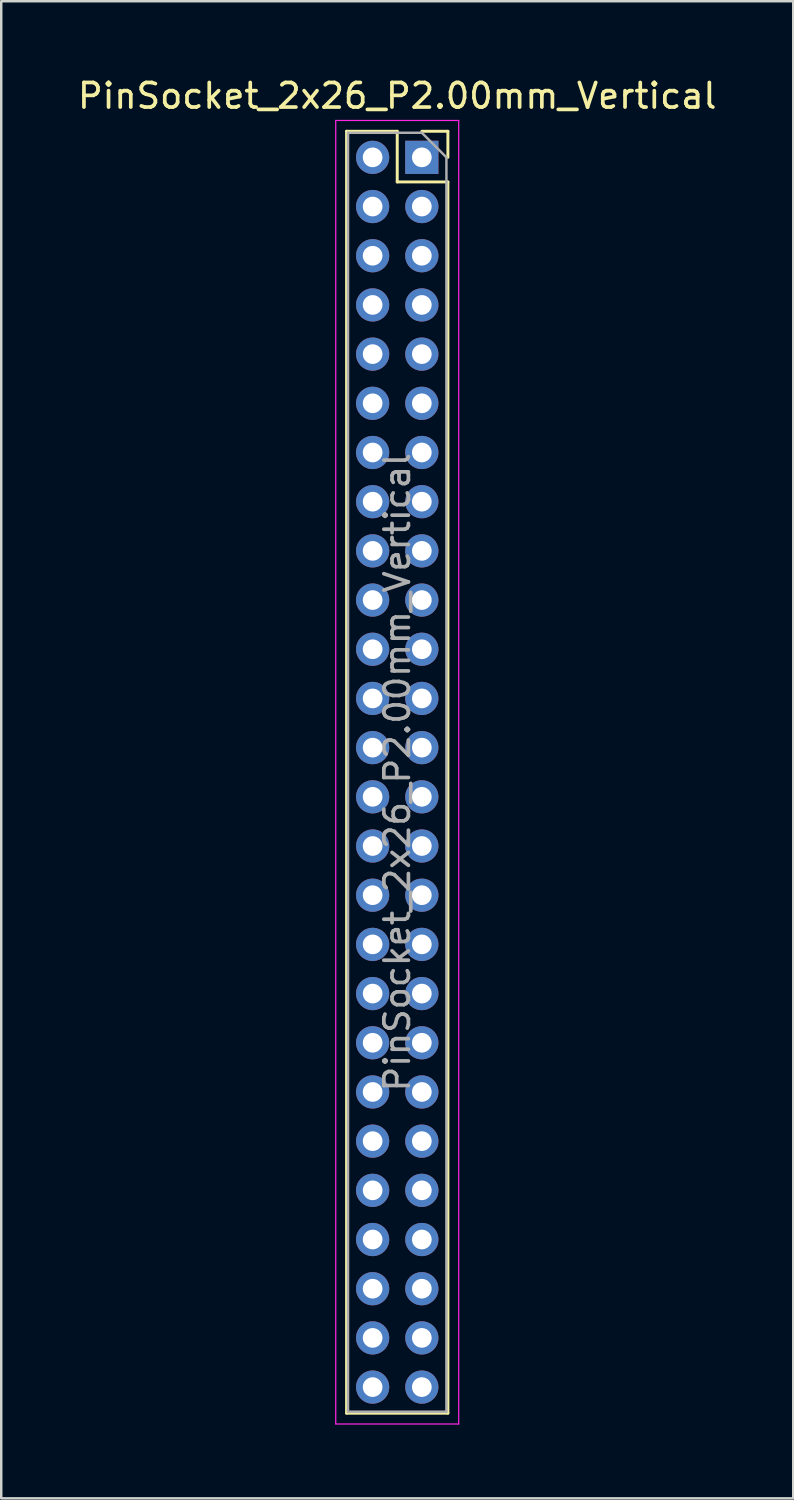
<source format=kicad_pcb>
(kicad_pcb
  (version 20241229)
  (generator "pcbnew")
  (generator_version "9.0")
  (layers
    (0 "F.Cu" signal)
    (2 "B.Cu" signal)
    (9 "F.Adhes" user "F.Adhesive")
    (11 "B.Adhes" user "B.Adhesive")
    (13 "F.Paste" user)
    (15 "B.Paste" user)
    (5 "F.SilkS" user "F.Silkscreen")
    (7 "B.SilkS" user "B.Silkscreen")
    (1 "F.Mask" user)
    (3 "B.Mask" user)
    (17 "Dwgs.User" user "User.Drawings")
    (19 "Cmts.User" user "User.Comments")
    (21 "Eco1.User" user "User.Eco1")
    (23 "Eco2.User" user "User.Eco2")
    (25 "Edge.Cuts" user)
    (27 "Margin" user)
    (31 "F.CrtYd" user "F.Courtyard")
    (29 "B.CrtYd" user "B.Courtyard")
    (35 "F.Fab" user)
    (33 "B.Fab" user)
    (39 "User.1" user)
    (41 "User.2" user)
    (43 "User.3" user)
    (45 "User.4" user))
  (footprint "PinSocket_2x26_P2.00mm_Vertical"
    (layer "F.Cu")
    (at 14.101 3.348)
    (property "Reference" "PinSocket_2x26_P2.00mm_Vertical" (at -1 -2.5 0) (layer "F.SilkS") (effects (font (size 1 1) (thickness 0.15))))
    (attr through_hole)
    (fp_line (start -3.06 -1.06) (end -3.06 51.06) (stroke (width 0.12) (type solid)) (layer "F.SilkS"))
    (fp_line (start -3.06 -1.06) (end -1 -1.06) (stroke (width 0.12) (type solid)) (layer "F.SilkS"))
    (fp_line (start -3.06 51.06) (end 1.06 51.06) (stroke (width 0.12) (type solid)) (layer "F.SilkS"))
    (fp_line (start -1 -1.06) (end -1 1) (stroke (width 0.12) (type solid)) (layer "F.SilkS"))
    (fp_line (start -1 1) (end 1.06 1) (stroke (width 0.12) (type solid)) (layer "F.SilkS"))
    (fp_line (start 0 -1.06) (end 1.06 -1.06) (stroke (width 0.12) (type solid)) (layer "F.SilkS"))
    (fp_line (start 1.06 -1.06) (end 1.06 0) (stroke (width 0.12) (type solid)) (layer "F.SilkS"))
    (fp_line (start 1.06 1) (end 1.06 51.06) (stroke (width 0.12) (type solid)) (layer "F.SilkS"))
    (fp_line (start -3.5 -1.5) (end 1.5 -1.5) (stroke (width 0.05) (type solid)) (layer "F.CrtYd"))
    (fp_line (start -3.5 51.5) (end -3.5 -1.5) (stroke (width 0.05) (type solid)) (layer "F.CrtYd"))
    (fp_line (start 1.5 -1.5) (end 1.5 51.5) (stroke (width 0.05) (type solid)) (layer "F.CrtYd"))
    (fp_line (start 1.5 51.5) (end -3.5 51.5) (stroke (width 0.05) (type solid)) (layer "F.CrtYd"))
    (fp_line (start -3 -1) (end 0 -1) (stroke (width 0.1) (type solid)) (layer "F.Fab"))
    (fp_line (start -3 51) (end -3 -1) (stroke (width 0.1) (type solid)) (layer "F.Fab"))
    (fp_line (start 0 -1) (end 1 0) (stroke (width 0.1) (type solid)) (layer "F.Fab"))
    (fp_line (start 1 0) (end 1 51) (stroke (width 0.1) (type solid)) (layer "F.Fab"))
    (fp_line (start 1 51) (end -3 51) (stroke (width 0.1) (type solid)) (layer "F.Fab"))
    (fp_text user "${REFERENCE}" (at -1 25 90) (layer "F.Fab") (effects (font (size 1 1) (thickness 0.15))))
    (pad "1" thru_hole rect (at 0 0) (size 1.35 1.35) (drill 0.8) (layers "*.Cu" "*.Mask"))
    (pad "2" thru_hole oval (at -2 0) (size 1.35 1.35) (drill 0.8) (layers "*.Cu" "*.Mask"))
    (pad "3" thru_hole oval (at 0 2) (size 1.35 1.35) (drill 0.8) (layers "*.Cu" "*.Mask"))
    (pad "4" thru_hole oval (at -2 2) (size 1.35 1.35) (drill 0.8) (layers "*.Cu" "*.Mask"))
    (pad "5" thru_hole oval (at 0 4) (size 1.35 1.35) (drill 0.8) (layers "*.Cu" "*.Mask"))
    (pad "6" thru_hole oval (at -2 4) (size 1.35 1.35) (drill 0.8) (layers "*.Cu" "*.Mask"))
    (pad "7" thru_hole oval (at 0 6) (size 1.35 1.35) (drill 0.8) (layers "*.Cu" "*.Mask"))
    (pad "8" thru_hole oval (at -2 6) (size 1.35 1.35) (drill 0.8) (layers "*.Cu" "*.Mask"))
    (pad "9" thru_hole oval (at 0 8) (size 1.35 1.35) (drill 0.8) (layers "*.Cu" "*.Mask"))
    (pad "10" thru_hole oval (at -2 8) (size 1.35 1.35) (drill 0.8) (layers "*.Cu" "*.Mask"))
    (pad "11" thru_hole oval (at 0 10) (size 1.35 1.35) (drill 0.8) (layers "*.Cu" "*.Mask"))
    (pad "12" thru_hole oval (at -2 10) (size 1.35 1.35) (drill 0.8) (layers "*.Cu" "*.Mask"))
    (pad "13" thru_hole oval (at 0 12) (size 1.35 1.35) (drill 0.8) (layers "*.Cu" "*.Mask"))
    (pad "14" thru_hole oval (at -2 12) (size 1.35 1.35) (drill 0.8) (layers "*.Cu" "*.Mask"))
    (pad "15" thru_hole oval (at 0 14) (size 1.35 1.35) (drill 0.8) (layers "*.Cu" "*.Mask"))
    (pad "16" thru_hole oval (at -2 14) (size 1.35 1.35) (drill 0.8) (layers "*.Cu" "*.Mask"))
    (pad "17" thru_hole oval (at 0 16) (size 1.35 1.35) (drill 0.8) (layers "*.Cu" "*.Mask"))
    (pad "18" thru_hole oval (at -2 16) (size 1.35 1.35) (drill 0.8) (layers "*.Cu" "*.Mask"))
    (pad "19" thru_hole oval (at 0 18) (size 1.35 1.35) (drill 0.8) (layers "*.Cu" "*.Mask"))
    (pad "20" thru_hole oval (at -2 18) (size 1.35 1.35) (drill 0.8) (layers "*.Cu" "*.Mask"))
    (pad "21" thru_hole oval (at 0 20) (size 1.35 1.35) (drill 0.8) (layers "*.Cu" "*.Mask"))
    (pad "22" thru_hole oval (at -2 20) (size 1.35 1.35) (drill 0.8) (layers "*.Cu" "*.Mask"))
    (pad "23" thru_hole oval (at 0 22) (size 1.35 1.35) (drill 0.8) (layers "*.Cu" "*.Mask"))
    (pad "24" thru_hole oval (at -2 22) (size 1.35 1.35) (drill 0.8) (layers "*.Cu" "*.Mask"))
    (pad "25" thru_hole oval (at 0 24) (size 1.35 1.35) (drill 0.8) (layers "*.Cu" "*.Mask"))
    (pad "26" thru_hole oval (at -2 24) (size 1.35 1.35) (drill 0.8) (layers "*.Cu" "*.Mask"))
    (pad "27" thru_hole oval (at 0 26) (size 1.35 1.35) (drill 0.8) (layers "*.Cu" "*.Mask"))
    (pad "28" thru_hole oval (at -2 26) (size 1.35 1.35) (drill 0.8) (layers "*.Cu" "*.Mask"))
    (pad "29" thru_hole oval (at 0 28) (size 1.35 1.35) (drill 0.8) (layers "*.Cu" "*.Mask"))
    (pad "30" thru_hole oval (at -2 28) (size 1.35 1.35) (drill 0.8) (layers "*.Cu" "*.Mask"))
    (pad "31" thru_hole oval (at 0 30) (size 1.35 1.35) (drill 0.8) (layers "*.Cu" "*.Mask"))
    (pad "32" thru_hole oval (at -2 30) (size 1.35 1.35) (drill 0.8) (layers "*.Cu" "*.Mask"))
    (pad "33" thru_hole oval (at 0 32) (size 1.35 1.35) (drill 0.8) (layers "*.Cu" "*.Mask"))
    (pad "34" thru_hole oval (at -2 32) (size 1.35 1.35) (drill 0.8) (layers "*.Cu" "*.Mask"))
    (pad "35" thru_hole oval (at 0 34) (size 1.35 1.35) (drill 0.8) (layers "*.Cu" "*.Mask"))
    (pad "36" thru_hole oval (at -2 34) (size 1.35 1.35) (drill 0.8) (layers "*.Cu" "*.Mask"))
    (pad "37" thru_hole oval (at 0 36) (size 1.35 1.35) (drill 0.8) (layers "*.Cu" "*.Mask"))
    (pad "38" thru_hole oval (at -2 36) (size 1.35 1.35) (drill 0.8) (layers "*.Cu" "*.Mask"))
    (pad "39" thru_hole oval (at 0 38) (size 1.35 1.35) (drill 0.8) (layers "*.Cu" "*.Mask"))
    (pad "40" thru_hole oval (at -2 38) (size 1.35 1.35) (drill 0.8) (layers "*.Cu" "*.Mask"))
    (pad "41" thru_hole oval (at 0 40) (size 1.35 1.35) (drill 0.8) (layers "*.Cu" "*.Mask"))
    (pad "42" thru_hole oval (at -2 40) (size 1.35 1.35) (drill 0.8) (layers "*.Cu" "*.Mask"))
    (pad "43" thru_hole oval (at 0 42) (size 1.35 1.35) (drill 0.8) (layers "*.Cu" "*.Mask"))
    (pad "44" thru_hole oval (at -2 42) (size 1.35 1.35) (drill 0.8) (layers "*.Cu" "*.Mask"))
    (pad "45" thru_hole oval (at 0 44) (size 1.35 1.35) (drill 0.8) (layers "*.Cu" "*.Mask"))
    (pad "46" thru_hole oval (at -2 44) (size 1.35 1.35) (drill 0.8) (layers "*.Cu" "*.Mask"))
    (pad "47" thru_hole oval (at 0 46) (size 1.35 1.35) (drill 0.8) (layers "*.Cu" "*.Mask"))
    (pad "48" thru_hole oval (at -2 46) (size 1.35 1.35) (drill 0.8) (layers "*.Cu" "*.Mask"))
    (pad "49" thru_hole oval (at 0 48) (size 1.35 1.35) (drill 0.8) (layers "*.Cu" "*.Mask"))
    (pad "50" thru_hole oval (at -2 48) (size 1.35 1.35) (drill 0.8) (layers "*.Cu" "*.Mask"))
    (pad "51" thru_hole oval (at 0 50) (size 1.35 1.35) (drill 0.8) (layers "*.Cu" "*.Mask"))
    (pad "52" thru_hole oval (at -2 50) (size 1.35 1.35) (drill 0.8) (layers "*.Cu" "*.Mask")))
  (gr_rect
    (start -3 -3)
    (end 29.202 57.873)
    (stroke (width 0.1) (type default))
    (fill no)
    (layer "Edge.Cuts")))
</source>
